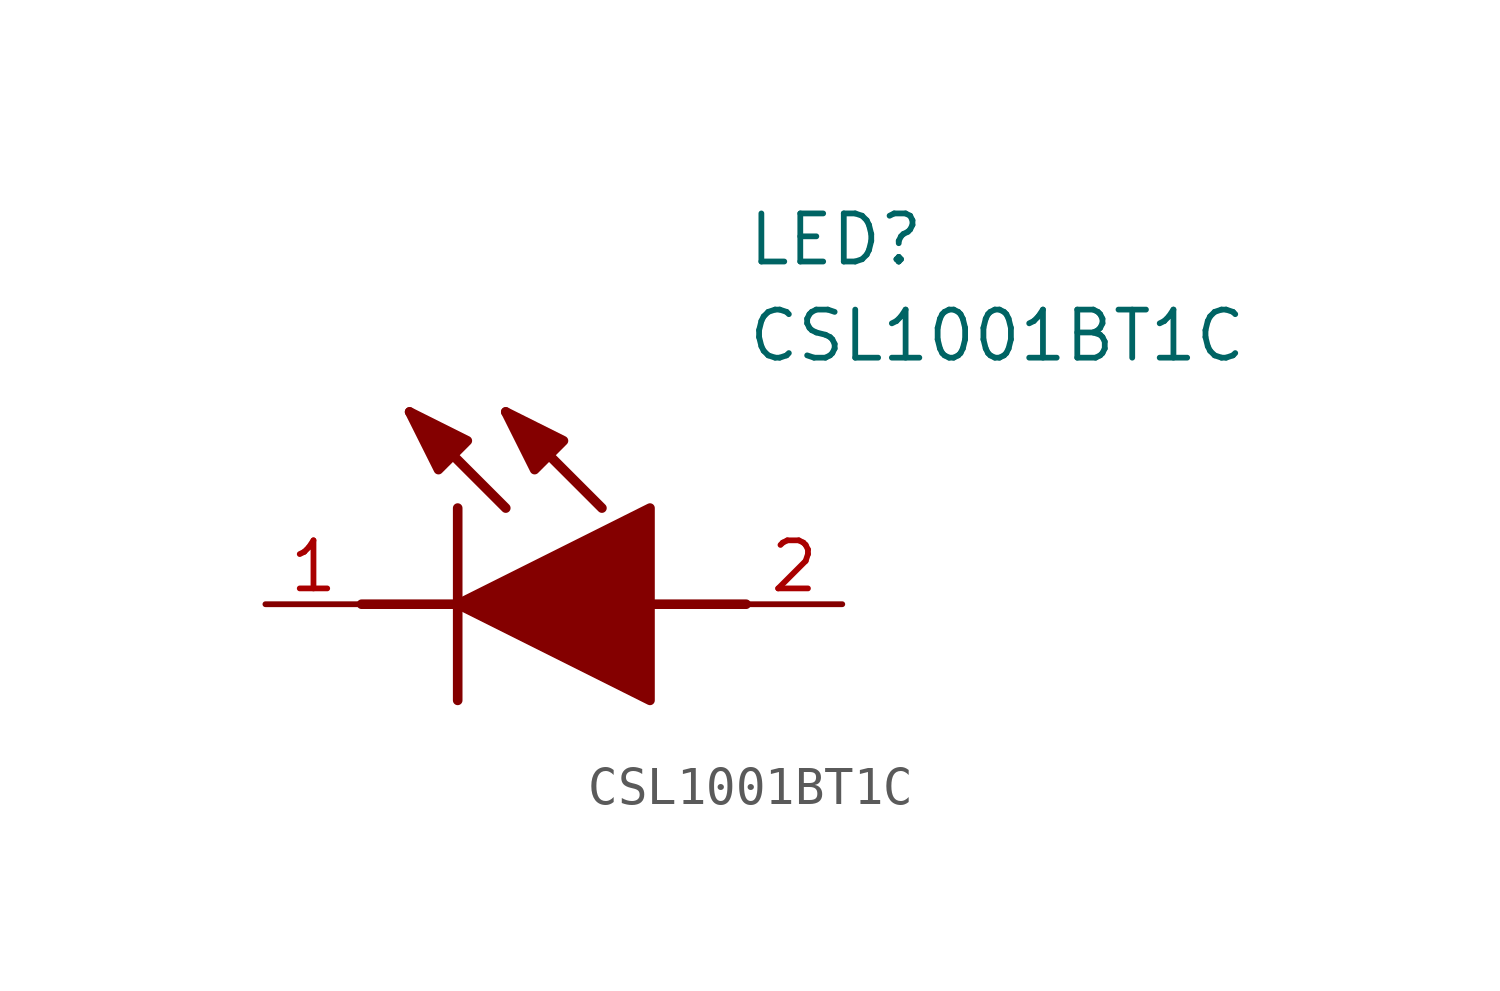
<source format=kicad_sym>
(kicad_symbol_lib
  (version 20211014)
  (generator SamacSys_ECAD_Model)
  (symbol "CSL1001BT1C"
    (pin_names hide)
    (property "Reference" "LED"
      (at 12.7 8.89 0)
      (effects (font (size 1.27 1.27)) (justify left bottom)))
    (property "Value" "CSL1001BT1C"
      (at 12.7 6.35 0)
      (effects (font (size 1.27 1.27)) (justify left bottom)))
    (polyline
      (pts (xy 5.08 2.54) (xy 5.08 -2.54))
      (stroke (width 0.254) (type default))
      (fill (type none)))
    (polyline
      (pts (xy 6.35 2.54) (xy 3.81 5.08))
      (stroke (width 0.254) (type default))
      (fill (type none)))
    (polyline
      (pts (xy 8.89 2.54) (xy 6.35 5.08))
      (stroke (width 0.254) (type default))
      (fill (type none)))
    (polyline
      (pts (xy 2.54 0) (xy 5.08 0))
      (stroke (width 0.254) (type default))
      (fill (type none)))
    (polyline
      (pts (xy 10.16 0) (xy 12.7 0))
      (stroke (width 0.254) (type default))
      (fill (type none)))
    (polyline
      (pts (xy 5.08 0) (xy 10.16 2.54) (xy 10.16 -2.54) (xy 5.08 0))
      (stroke (width 0.254) (type default))
      (fill (type outline)))
    (polyline
      (pts (xy 5.334 4.318) (xy 4.572 3.556) (xy 3.81 5.08) (xy 5.334 4.318))
      (stroke (width 0.254) (type default))
      (fill (type outline)))
    (polyline
      (pts (xy 7.874 4.318) (xy 7.112 3.556) (xy 6.35 5.08) (xy 7.874 4.318))
      (stroke (width 0.254) (type default))
      (fill (type outline)))
    (pin passive line
      (at 0 0 0)
      (length 2.54)
      (name "K" (effects (font (size 1.27 1.27))))
      (number "1" (effects (font (size 1.27 1.27)))))
    (pin passive line
      (at 15.24 0 180)
      (length 2.54)
      (name "A" (effects (font (size 1.27 1.27))))
      (number "2" (effects (font (size 1.27 1.27)))))))
</source>
